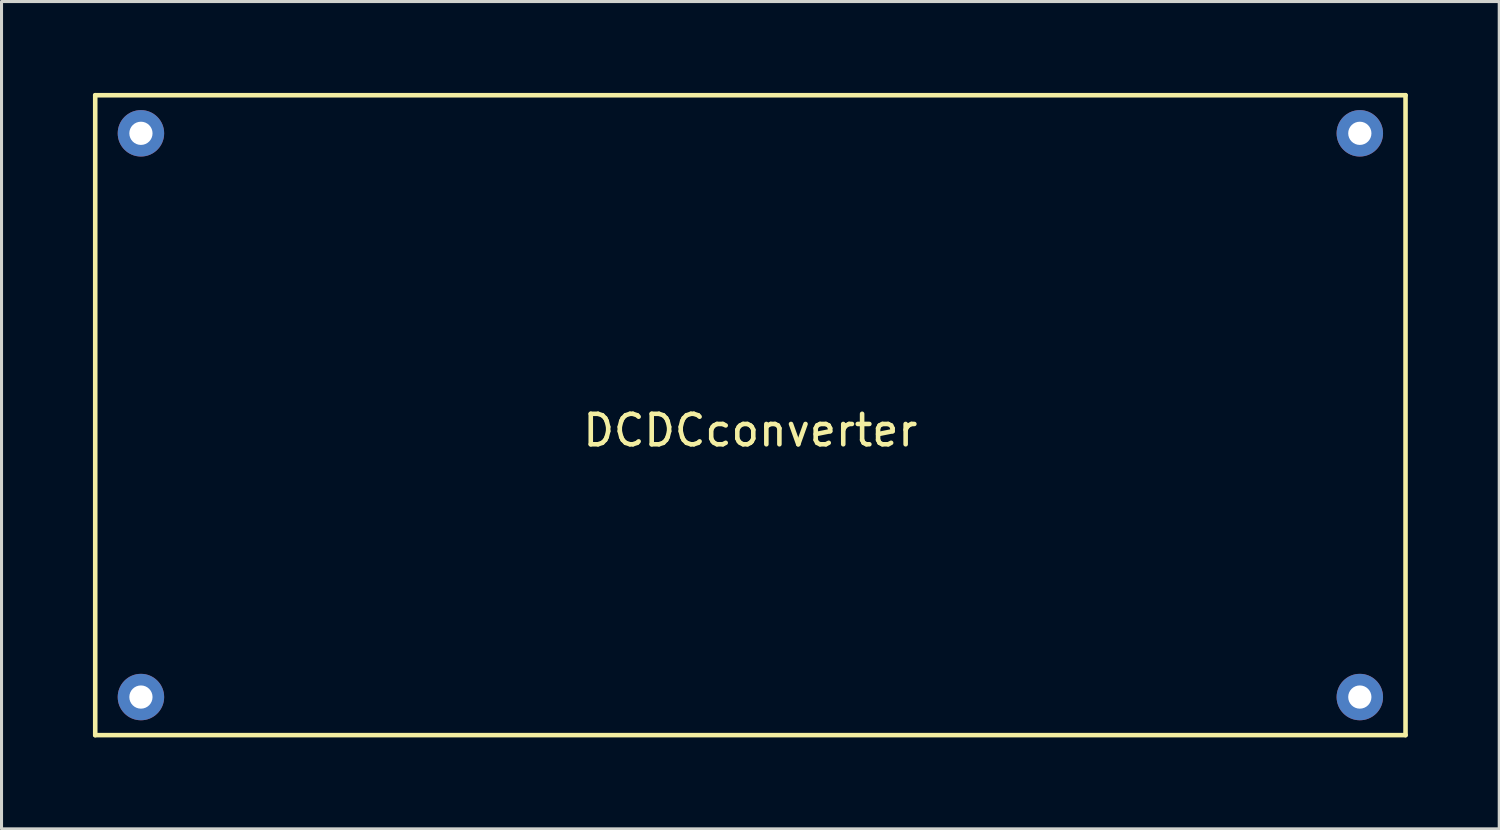
<source format=kicad_pcb>
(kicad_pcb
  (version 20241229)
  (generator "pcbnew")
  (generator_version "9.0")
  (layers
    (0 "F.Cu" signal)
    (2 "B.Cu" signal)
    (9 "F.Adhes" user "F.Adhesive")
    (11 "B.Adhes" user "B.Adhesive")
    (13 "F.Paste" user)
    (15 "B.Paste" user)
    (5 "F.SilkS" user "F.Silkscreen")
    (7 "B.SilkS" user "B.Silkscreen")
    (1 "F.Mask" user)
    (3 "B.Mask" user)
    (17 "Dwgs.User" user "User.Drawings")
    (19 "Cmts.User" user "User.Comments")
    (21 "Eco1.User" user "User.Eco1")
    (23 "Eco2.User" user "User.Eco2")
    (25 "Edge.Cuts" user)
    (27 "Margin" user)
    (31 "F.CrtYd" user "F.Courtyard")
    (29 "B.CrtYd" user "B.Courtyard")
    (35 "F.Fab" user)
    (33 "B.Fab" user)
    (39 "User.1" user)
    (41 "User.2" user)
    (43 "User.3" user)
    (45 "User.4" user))
  (footprint "DCDCconverter"
    (layer "F.Cu")
    (at 21.575 10.575)
    (property "Reference" "DCDCconverter" (at 0 0.5 0) (layer "F.SilkS") (effects (font (size 1 1) (thickness 0.15))))
    (attr through_hole)
    (fp_line (start -21.5 -10.5) (end 21.5 -10.5) (stroke (width 0.15) (type solid)) (layer "F.SilkS"))
    (fp_line (start -21.5 10.5) (end -21.5 -10.5) (stroke (width 0.15) (type solid)) (layer "F.SilkS"))
    (fp_line (start 21.5 -10.5) (end 21.5 10.5) (stroke (width 0.15) (type solid)) (layer "F.SilkS"))
    (fp_line (start 21.5 10.5) (end -21.5 10.5) (stroke (width 0.15) (type solid)) (layer "F.SilkS"))
    (pad "1" thru_hole circle (at -20 -9.25) (size 1.524 1.524) (drill 0.762) (layers "*.Cu" "*.Mask"))
    (pad "2" thru_hole circle (at -20 9.25) (size 1.524 1.524) (drill 0.762) (layers "*.Cu" "*.Mask"))
    (pad "3" thru_hole circle (at 20 -9.25) (size 1.524 1.524) (drill 0.762) (layers "*.Cu" "*.Mask"))
    (pad "4" thru_hole circle (at 20 9.25) (size 1.524 1.524) (drill 0.762) (layers "*.Cu" "*.Mask")))
  (gr_rect
    (start -3 -3)
    (end 46.15 24.15)
    (stroke (width 0.1) (type default))
    (fill no)
    (layer "Edge.Cuts")))
</source>
